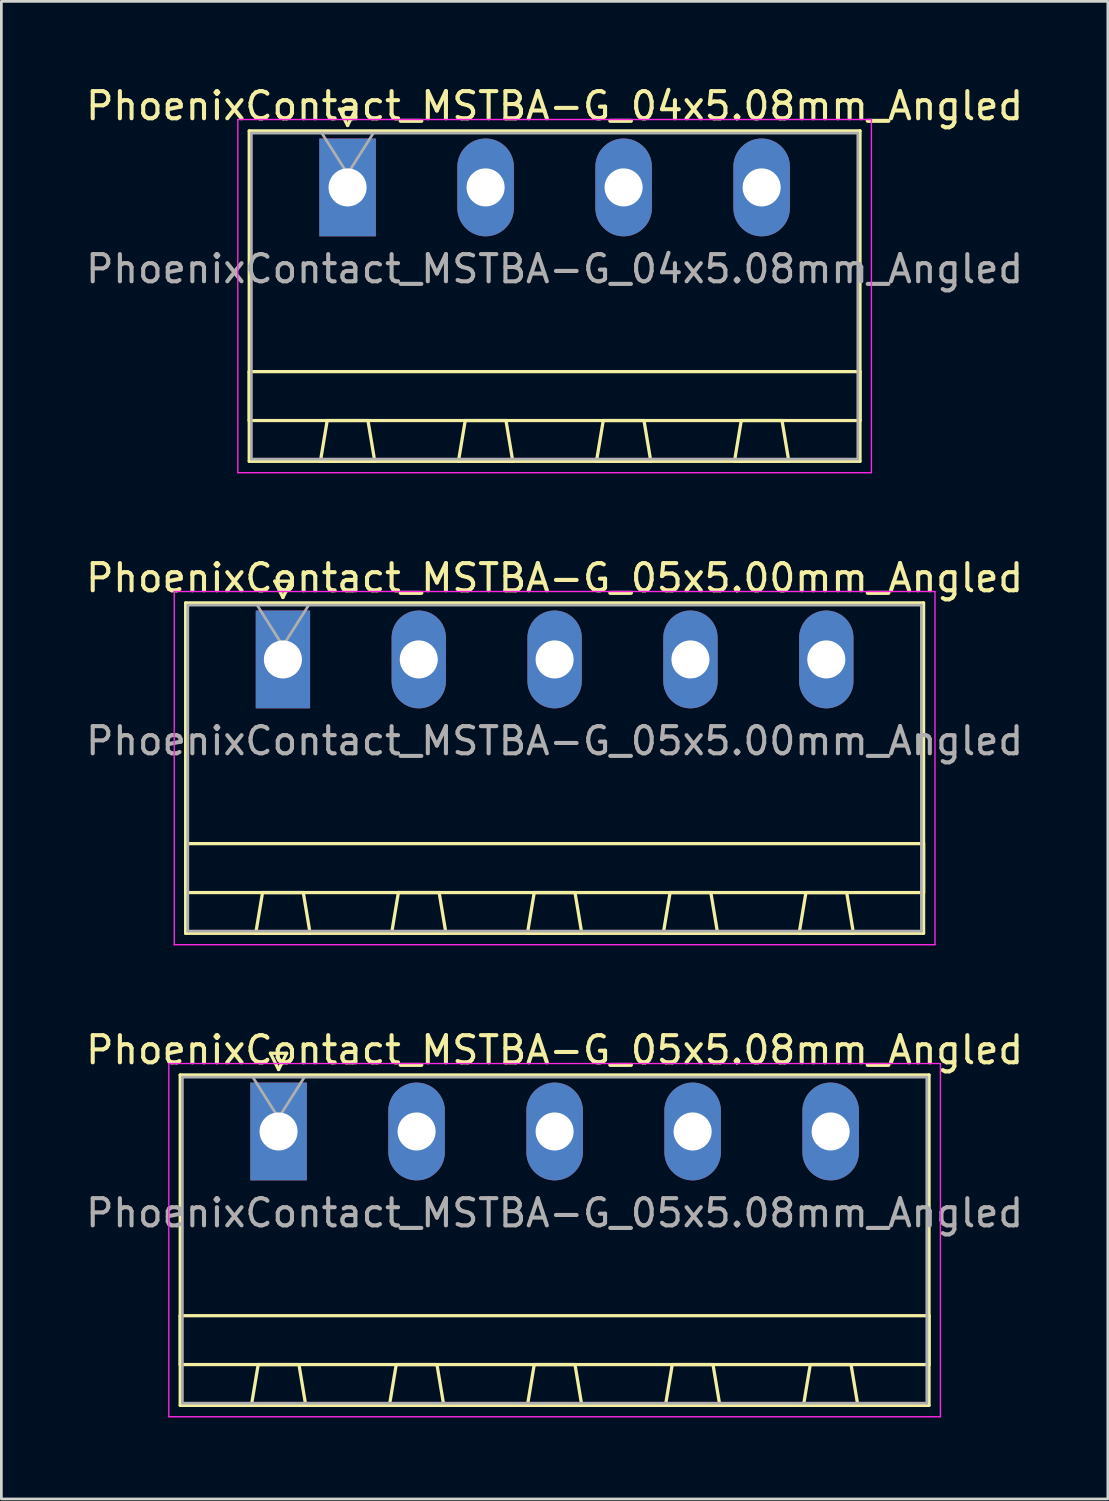
<source format=kicad_pcb>
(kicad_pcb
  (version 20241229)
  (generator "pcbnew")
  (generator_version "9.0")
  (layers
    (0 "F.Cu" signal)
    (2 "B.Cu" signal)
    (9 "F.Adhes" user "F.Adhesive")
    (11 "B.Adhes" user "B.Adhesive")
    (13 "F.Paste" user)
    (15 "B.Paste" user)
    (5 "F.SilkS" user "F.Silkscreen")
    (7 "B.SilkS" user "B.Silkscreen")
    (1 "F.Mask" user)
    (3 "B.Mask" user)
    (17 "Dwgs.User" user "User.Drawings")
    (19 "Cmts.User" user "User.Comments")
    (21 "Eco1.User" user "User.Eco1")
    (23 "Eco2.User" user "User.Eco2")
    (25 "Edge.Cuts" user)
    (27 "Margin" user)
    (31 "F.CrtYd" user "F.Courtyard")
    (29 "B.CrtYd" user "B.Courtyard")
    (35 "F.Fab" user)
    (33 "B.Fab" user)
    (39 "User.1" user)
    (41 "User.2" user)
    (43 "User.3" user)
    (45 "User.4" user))
  (footprint "PhoenixContact_MSTBA-G_04x5.08mm_Angled"
    (layer "F.Cu")
    (at 9.743 3.848)
    (property "Reference" "PhoenixContact_MSTBA-G_04x5.08mm_Angled" (at 7.62 -3 0) (layer "F.SilkS") (effects (font (size 1 1) (thickness 0.15))))
    (attr through_hole)
    (fp_line (start -3.62 -2.08) (end -3.62 10.08) (stroke (width 0.12) (type solid)) (layer "F.SilkS"))
    (fp_line (start -3.62 6.78) (end 18.86 6.78) (stroke (width 0.12) (type solid)) (layer "F.SilkS"))
    (fp_line (start -3.62 8.58) (end -3.62 6.78) (stroke (width 0.12) (type solid)) (layer "F.SilkS"))
    (fp_line (start -3.62 10.08) (end 18.86 10.08) (stroke (width 0.12) (type solid)) (layer "F.SilkS"))
    (fp_line (start -1 10.08) (end 1 10.08) (stroke (width 0.12) (type solid)) (layer "F.SilkS"))
    (fp_line (start -0.75 8.58) (end -1 10.08) (stroke (width 0.12) (type solid)) (layer "F.SilkS"))
    (fp_line (start -0.3 -2.88) (end 0.3 -2.88) (stroke (width 0.12) (type solid)) (layer "F.SilkS"))
    (fp_line (start 0 -2.28) (end -0.3 -2.88) (stroke (width 0.12) (type solid)) (layer "F.SilkS"))
    (fp_line (start 0.3 -2.88) (end 0 -2.28) (stroke (width 0.12) (type solid)) (layer "F.SilkS"))
    (fp_line (start 0.75 8.58) (end -0.75 8.58) (stroke (width 0.12) (type solid)) (layer "F.SilkS"))
    (fp_line (start 1 10.08) (end 0.75 8.58) (stroke (width 0.12) (type solid)) (layer "F.SilkS"))
    (fp_line (start 4.08 10.08) (end 6.08 10.08) (stroke (width 0.12) (type solid)) (layer "F.SilkS"))
    (fp_line (start 4.33 8.58) (end 4.08 10.08) (stroke (width 0.12) (type solid)) (layer "F.SilkS"))
    (fp_line (start 5.83 8.58) (end 4.33 8.58) (stroke (width 0.12) (type solid)) (layer "F.SilkS"))
    (fp_line (start 6.08 10.08) (end 5.83 8.58) (stroke (width 0.12) (type solid)) (layer "F.SilkS"))
    (fp_line (start 9.16 10.08) (end 11.16 10.08) (stroke (width 0.12) (type solid)) (layer "F.SilkS"))
    (fp_line (start 9.41 8.58) (end 9.16 10.08) (stroke (width 0.12) (type solid)) (layer "F.SilkS"))
    (fp_line (start 10.91 8.58) (end 9.41 8.58) (stroke (width 0.12) (type solid)) (layer "F.SilkS"))
    (fp_line (start 11.16 10.08) (end 10.91 8.58) (stroke (width 0.12) (type solid)) (layer "F.SilkS"))
    (fp_line (start 14.24 10.08) (end 16.24 10.08) (stroke (width 0.12) (type solid)) (layer "F.SilkS"))
    (fp_line (start 14.49 8.58) (end 14.24 10.08) (stroke (width 0.12) (type solid)) (layer "F.SilkS"))
    (fp_line (start 15.99 8.58) (end 14.49 8.58) (stroke (width 0.12) (type solid)) (layer "F.SilkS"))
    (fp_line (start 16.24 10.08) (end 15.99 8.58) (stroke (width 0.12) (type solid)) (layer "F.SilkS"))
    (fp_line (start 18.86 -2.08) (end -3.62 -2.08) (stroke (width 0.12) (type solid)) (layer "F.SilkS"))
    (fp_line (start 18.86 6.78) (end 18.86 8.58) (stroke (width 0.12) (type solid)) (layer "F.SilkS"))
    (fp_line (start 18.86 8.58) (end -3.62 8.58) (stroke (width 0.12) (type solid)) (layer "F.SilkS"))
    (fp_line (start 18.86 10.08) (end 18.86 -2.08) (stroke (width 0.12) (type solid)) (layer "F.SilkS"))
    (fp_line (start -4.04 -2.5) (end -4.04 10.5) (stroke (width 0.05) (type solid)) (layer "F.CrtYd"))
    (fp_line (start -4.04 10.5) (end 19.28 10.5) (stroke (width 0.05) (type solid)) (layer "F.CrtYd"))
    (fp_line (start 19.28 -2.5) (end -4.04 -2.5) (stroke (width 0.05) (type solid)) (layer "F.CrtYd"))
    (fp_line (start 19.28 10.5) (end 19.28 -2.5) (stroke (width 0.05) (type solid)) (layer "F.CrtYd"))
    (fp_line (start -3.54 -2) (end -3.54 10) (stroke (width 0.1) (type solid)) (layer "F.Fab"))
    (fp_line (start -3.54 10) (end 18.78 10) (stroke (width 0.1) (type solid)) (layer "F.Fab"))
    (fp_line (start 0 -0.5) (end -0.95 -2) (stroke (width 0.1) (type solid)) (layer "F.Fab"))
    (fp_line (start 0.95 -2) (end 0 -0.5) (stroke (width 0.1) (type solid)) (layer "F.Fab"))
    (fp_line (start 18.78 -2) (end -3.54 -2) (stroke (width 0.1) (type solid)) (layer "F.Fab"))
    (fp_line (start 18.78 10) (end 18.78 -2) (stroke (width 0.1) (type solid)) (layer "F.Fab"))
    (fp_text user "${REFERENCE}" (at 7.62 3 0) (layer "F.Fab") (effects (font (size 1 1) (thickness 0.15))))
    (pad "1" thru_hole rect (at 0 0) (size 2.08 3.6) (drill 1.4) (layers "*.Cu" "*.Mask"))
    (pad "2" thru_hole oval (at 5.08 0) (size 2.08 3.6) (drill 1.4) (layers "*.Cu" "*.Mask"))
    (pad "3" thru_hole oval (at 10.16 0) (size 2.08 3.6) (drill 1.4) (layers "*.Cu" "*.Mask"))
    (pad "4" thru_hole oval (at 15.24 0) (size 2.08 3.6) (drill 1.4) (layers "*.Cu" "*.Mask")))
  (footprint "PhoenixContact_MSTBA-G_05x5.08mm_Angled"
    (layer "F.Cu")
    (at 7.203 38.595)
    (property "Reference" "PhoenixContact_MSTBA-G_05x5.08mm_Angled" (at 10.16 -3 0) (layer "F.SilkS") (effects (font (size 1 1) (thickness 0.15))))
    (attr through_hole)
    (fp_line (start -3.62 -2.08) (end -3.62 10.08) (stroke (width 0.12) (type solid)) (layer "F.SilkS"))
    (fp_line (start -3.62 6.78) (end 23.94 6.78) (stroke (width 0.12) (type solid)) (layer "F.SilkS"))
    (fp_line (start -3.62 8.58) (end -3.62 6.78) (stroke (width 0.12) (type solid)) (layer "F.SilkS"))
    (fp_line (start -3.62 10.08) (end 23.94 10.08) (stroke (width 0.12) (type solid)) (layer "F.SilkS"))
    (fp_line (start -1 10.08) (end 1 10.08) (stroke (width 0.12) (type solid)) (layer "F.SilkS"))
    (fp_line (start -0.75 8.58) (end -1 10.08) (stroke (width 0.12) (type solid)) (layer "F.SilkS"))
    (fp_line (start -0.3 -2.88) (end 0.3 -2.88) (stroke (width 0.12) (type solid)) (layer "F.SilkS"))
    (fp_line (start 0 -2.28) (end -0.3 -2.88) (stroke (width 0.12) (type solid)) (layer "F.SilkS"))
    (fp_line (start 0.3 -2.88) (end 0 -2.28) (stroke (width 0.12) (type solid)) (layer "F.SilkS"))
    (fp_line (start 0.75 8.58) (end -0.75 8.58) (stroke (width 0.12) (type solid)) (layer "F.SilkS"))
    (fp_line (start 1 10.08) (end 0.75 8.58) (stroke (width 0.12) (type solid)) (layer "F.SilkS"))
    (fp_line (start 4.08 10.08) (end 6.08 10.08) (stroke (width 0.12) (type solid)) (layer "F.SilkS"))
    (fp_line (start 4.33 8.58) (end 4.08 10.08) (stroke (width 0.12) (type solid)) (layer "F.SilkS"))
    (fp_line (start 5.83 8.58) (end 4.33 8.58) (stroke (width 0.12) (type solid)) (layer "F.SilkS"))
    (fp_line (start 6.08 10.08) (end 5.83 8.58) (stroke (width 0.12) (type solid)) (layer "F.SilkS"))
    (fp_line (start 9.16 10.08) (end 11.16 10.08) (stroke (width 0.12) (type solid)) (layer "F.SilkS"))
    (fp_line (start 9.41 8.58) (end 9.16 10.08) (stroke (width 0.12) (type solid)) (layer "F.SilkS"))
    (fp_line (start 10.91 8.58) (end 9.41 8.58) (stroke (width 0.12) (type solid)) (layer "F.SilkS"))
    (fp_line (start 11.16 10.08) (end 10.91 8.58) (stroke (width 0.12) (type solid)) (layer "F.SilkS"))
    (fp_line (start 14.24 10.08) (end 16.24 10.08) (stroke (width 0.12) (type solid)) (layer "F.SilkS"))
    (fp_line (start 14.49 8.58) (end 14.24 10.08) (stroke (width 0.12) (type solid)) (layer "F.SilkS"))
    (fp_line (start 15.99 8.58) (end 14.49 8.58) (stroke (width 0.12) (type solid)) (layer "F.SilkS"))
    (fp_line (start 16.24 10.08) (end 15.99 8.58) (stroke (width 0.12) (type solid)) (layer "F.SilkS"))
    (fp_line (start 19.32 10.08) (end 21.32 10.08) (stroke (width 0.12) (type solid)) (layer "F.SilkS"))
    (fp_line (start 19.57 8.58) (end 19.32 10.08) (stroke (width 0.12) (type solid)) (layer "F.SilkS"))
    (fp_line (start 21.07 8.58) (end 19.57 8.58) (stroke (width 0.12) (type solid)) (layer "F.SilkS"))
    (fp_line (start 21.32 10.08) (end 21.07 8.58) (stroke (width 0.12) (type solid)) (layer "F.SilkS"))
    (fp_line (start 23.94 -2.08) (end -3.62 -2.08) (stroke (width 0.12) (type solid)) (layer "F.SilkS"))
    (fp_line (start 23.94 6.78) (end 23.94 8.58) (stroke (width 0.12) (type solid)) (layer "F.SilkS"))
    (fp_line (start 23.94 8.58) (end -3.62 8.58) (stroke (width 0.12) (type solid)) (layer "F.SilkS"))
    (fp_line (start 23.94 10.08) (end 23.94 -2.08) (stroke (width 0.12) (type solid)) (layer "F.SilkS"))
    (fp_line (start -4.04 -2.5) (end -4.04 10.5) (stroke (width 0.05) (type solid)) (layer "F.CrtYd"))
    (fp_line (start -4.04 10.5) (end 24.36 10.5) (stroke (width 0.05) (type solid)) (layer "F.CrtYd"))
    (fp_line (start 24.36 -2.5) (end -4.04 -2.5) (stroke (width 0.05) (type solid)) (layer "F.CrtYd"))
    (fp_line (start 24.36 10.5) (end 24.36 -2.5) (stroke (width 0.05) (type solid)) (layer "F.CrtYd"))
    (fp_line (start -3.54 -2) (end -3.54 10) (stroke (width 0.1) (type solid)) (layer "F.Fab"))
    (fp_line (start -3.54 10) (end 23.86 10) (stroke (width 0.1) (type solid)) (layer "F.Fab"))
    (fp_line (start 0 -0.5) (end -0.95 -2) (stroke (width 0.1) (type solid)) (layer "F.Fab"))
    (fp_line (start 0.95 -2) (end 0 -0.5) (stroke (width 0.1) (type solid)) (layer "F.Fab"))
    (fp_line (start 23.86 -2) (end -3.54 -2) (stroke (width 0.1) (type solid)) (layer "F.Fab"))
    (fp_line (start 23.86 10) (end 23.86 -2) (stroke (width 0.1) (type solid)) (layer "F.Fab"))
    (fp_text user "${REFERENCE}" (at 10.16 3 0) (layer "F.Fab") (effects (font (size 1 1) (thickness 0.15))))
    (pad "1" thru_hole rect (at 0 0) (size 2.08 3.6) (drill 1.4) (layers "*.Cu" "*.Mask"))
    (pad "2" thru_hole oval (at 5.08 0) (size 2.08 3.6) (drill 1.4) (layers "*.Cu" "*.Mask"))
    (pad "3" thru_hole oval (at 10.16 0) (size 2.08 3.6) (drill 1.4) (layers "*.Cu" "*.Mask"))
    (pad "4" thru_hole oval (at 15.24 0) (size 2.08 3.6) (drill 1.4) (layers "*.Cu" "*.Mask"))
    (pad "5" thru_hole oval (at 20.32 0) (size 2.08 3.6) (drill 1.4) (layers "*.Cu" "*.Mask")))
  (footprint "PhoenixContact_MSTBA-G_05x5.00mm_Angled"
    (layer "F.Cu")
    (at 7.363 21.221)
    (property "Reference" "PhoenixContact_MSTBA-G_05x5.00mm_Angled" (at 10 -3 0) (layer "F.SilkS") (effects (font (size 1 1) (thickness 0.15))))
    (attr through_hole)
    (fp_line (start -3.58 -2.08) (end -3.58 10.08) (stroke (width 0.12) (type solid)) (layer "F.SilkS"))
    (fp_line (start -3.58 6.78) (end 23.58 6.78) (stroke (width 0.12) (type solid)) (layer "F.SilkS"))
    (fp_line (start -3.58 8.58) (end -3.58 6.78) (stroke (width 0.12) (type solid)) (layer "F.SilkS"))
    (fp_line (start -3.58 10.08) (end 23.58 10.08) (stroke (width 0.12) (type solid)) (layer "F.SilkS"))
    (fp_line (start -1 10.08) (end 1 10.08) (stroke (width 0.12) (type solid)) (layer "F.SilkS"))
    (fp_line (start -0.75 8.58) (end -1 10.08) (stroke (width 0.12) (type solid)) (layer "F.SilkS"))
    (fp_line (start -0.3 -2.88) (end 0.3 -2.88) (stroke (width 0.12) (type solid)) (layer "F.SilkS"))
    (fp_line (start 0 -2.28) (end -0.3 -2.88) (stroke (width 0.12) (type solid)) (layer "F.SilkS"))
    (fp_line (start 0.3 -2.88) (end 0 -2.28) (stroke (width 0.12) (type solid)) (layer "F.SilkS"))
    (fp_line (start 0.75 8.58) (end -0.75 8.58) (stroke (width 0.12) (type solid)) (layer "F.SilkS"))
    (fp_line (start 1 10.08) (end 0.75 8.58) (stroke (width 0.12) (type solid)) (layer "F.SilkS"))
    (fp_line (start 4 10.08) (end 6 10.08) (stroke (width 0.12) (type solid)) (layer "F.SilkS"))
    (fp_line (start 4.25 8.58) (end 4 10.08) (stroke (width 0.12) (type solid)) (layer "F.SilkS"))
    (fp_line (start 5.75 8.58) (end 4.25 8.58) (stroke (width 0.12) (type solid)) (layer "F.SilkS"))
    (fp_line (start 6 10.08) (end 5.75 8.58) (stroke (width 0.12) (type solid)) (layer "F.SilkS"))
    (fp_line (start 9 10.08) (end 11 10.08) (stroke (width 0.12) (type solid)) (layer "F.SilkS"))
    (fp_line (start 9.25 8.58) (end 9 10.08) (stroke (width 0.12) (type solid)) (layer "F.SilkS"))
    (fp_line (start 10.75 8.58) (end 9.25 8.58) (stroke (width 0.12) (type solid)) (layer "F.SilkS"))
    (fp_line (start 11 10.08) (end 10.75 8.58) (stroke (width 0.12) (type solid)) (layer "F.SilkS"))
    (fp_line (start 14 10.08) (end 16 10.08) (stroke (width 0.12) (type solid)) (layer "F.SilkS"))
    (fp_line (start 14.25 8.58) (end 14 10.08) (stroke (width 0.12) (type solid)) (layer "F.SilkS"))
    (fp_line (start 15.75 8.58) (end 14.25 8.58) (stroke (width 0.12) (type solid)) (layer "F.SilkS"))
    (fp_line (start 16 10.08) (end 15.75 8.58) (stroke (width 0.12) (type solid)) (layer "F.SilkS"))
    (fp_line (start 19 10.08) (end 21 10.08) (stroke (width 0.12) (type solid)) (layer "F.SilkS"))
    (fp_line (start 19.25 8.58) (end 19 10.08) (stroke (width 0.12) (type solid)) (layer "F.SilkS"))
    (fp_line (start 20.75 8.58) (end 19.25 8.58) (stroke (width 0.12) (type solid)) (layer "F.SilkS"))
    (fp_line (start 21 10.08) (end 20.75 8.58) (stroke (width 0.12) (type solid)) (layer "F.SilkS"))
    (fp_line (start 23.58 -2.08) (end -3.58 -2.08) (stroke (width 0.12) (type solid)) (layer "F.SilkS"))
    (fp_line (start 23.58 6.78) (end 23.58 8.58) (stroke (width 0.12) (type solid)) (layer "F.SilkS"))
    (fp_line (start 23.58 8.58) (end -3.58 8.58) (stroke (width 0.12) (type solid)) (layer "F.SilkS"))
    (fp_line (start 23.58 10.08) (end 23.58 -2.08) (stroke (width 0.12) (type solid)) (layer "F.SilkS"))
    (fp_line (start -4 -2.5) (end -4 10.5) (stroke (width 0.05) (type solid)) (layer "F.CrtYd"))
    (fp_line (start -4 10.5) (end 24 10.5) (stroke (width 0.05) (type solid)) (layer "F.CrtYd"))
    (fp_line (start 24 -2.5) (end -4 -2.5) (stroke (width 0.05) (type solid)) (layer "F.CrtYd"))
    (fp_line (start 24 10.5) (end 24 -2.5) (stroke (width 0.05) (type solid)) (layer "F.CrtYd"))
    (fp_line (start -3.5 -2) (end -3.5 10) (stroke (width 0.1) (type solid)) (layer "F.Fab"))
    (fp_line (start -3.5 10) (end 23.5 10) (stroke (width 0.1) (type solid)) (layer "F.Fab"))
    (fp_line (start 0 -0.5) (end -0.95 -2) (stroke (width 0.1) (type solid)) (layer "F.Fab"))
    (fp_line (start 0.95 -2) (end 0 -0.5) (stroke (width 0.1) (type solid)) (layer "F.Fab"))
    (fp_line (start 23.5 -2) (end -3.5 -2) (stroke (width 0.1) (type solid)) (layer "F.Fab"))
    (fp_line (start 23.5 10) (end 23.5 -2) (stroke (width 0.1) (type solid)) (layer "F.Fab"))
    (fp_text user "${REFERENCE}" (at 10 3 0) (layer "F.Fab") (effects (font (size 1 1) (thickness 0.15))))
    (pad "1" thru_hole rect (at 0 0) (size 2 3.6) (drill 1.4) (layers "*.Cu" "*.Mask"))
    (pad "2" thru_hole oval (at 5 0) (size 2 3.6) (drill 1.4) (layers "*.Cu" "*.Mask"))
    (pad "3" thru_hole oval (at 10 0) (size 2 3.6) (drill 1.4) (layers "*.Cu" "*.Mask"))
    (pad "4" thru_hole oval (at 15 0) (size 2 3.6) (drill 1.4) (layers "*.Cu" "*.Mask"))
    (pad "5" thru_hole oval (at 20 0) (size 2 3.6) (drill 1.4) (layers "*.Cu" "*.Mask")))
  (gr_rect
    (start -3 -3)
    (end 37.726 52.12)
    (stroke (width 0.1) (type default))
    (fill no)
    (layer "Edge.Cuts")))
</source>
